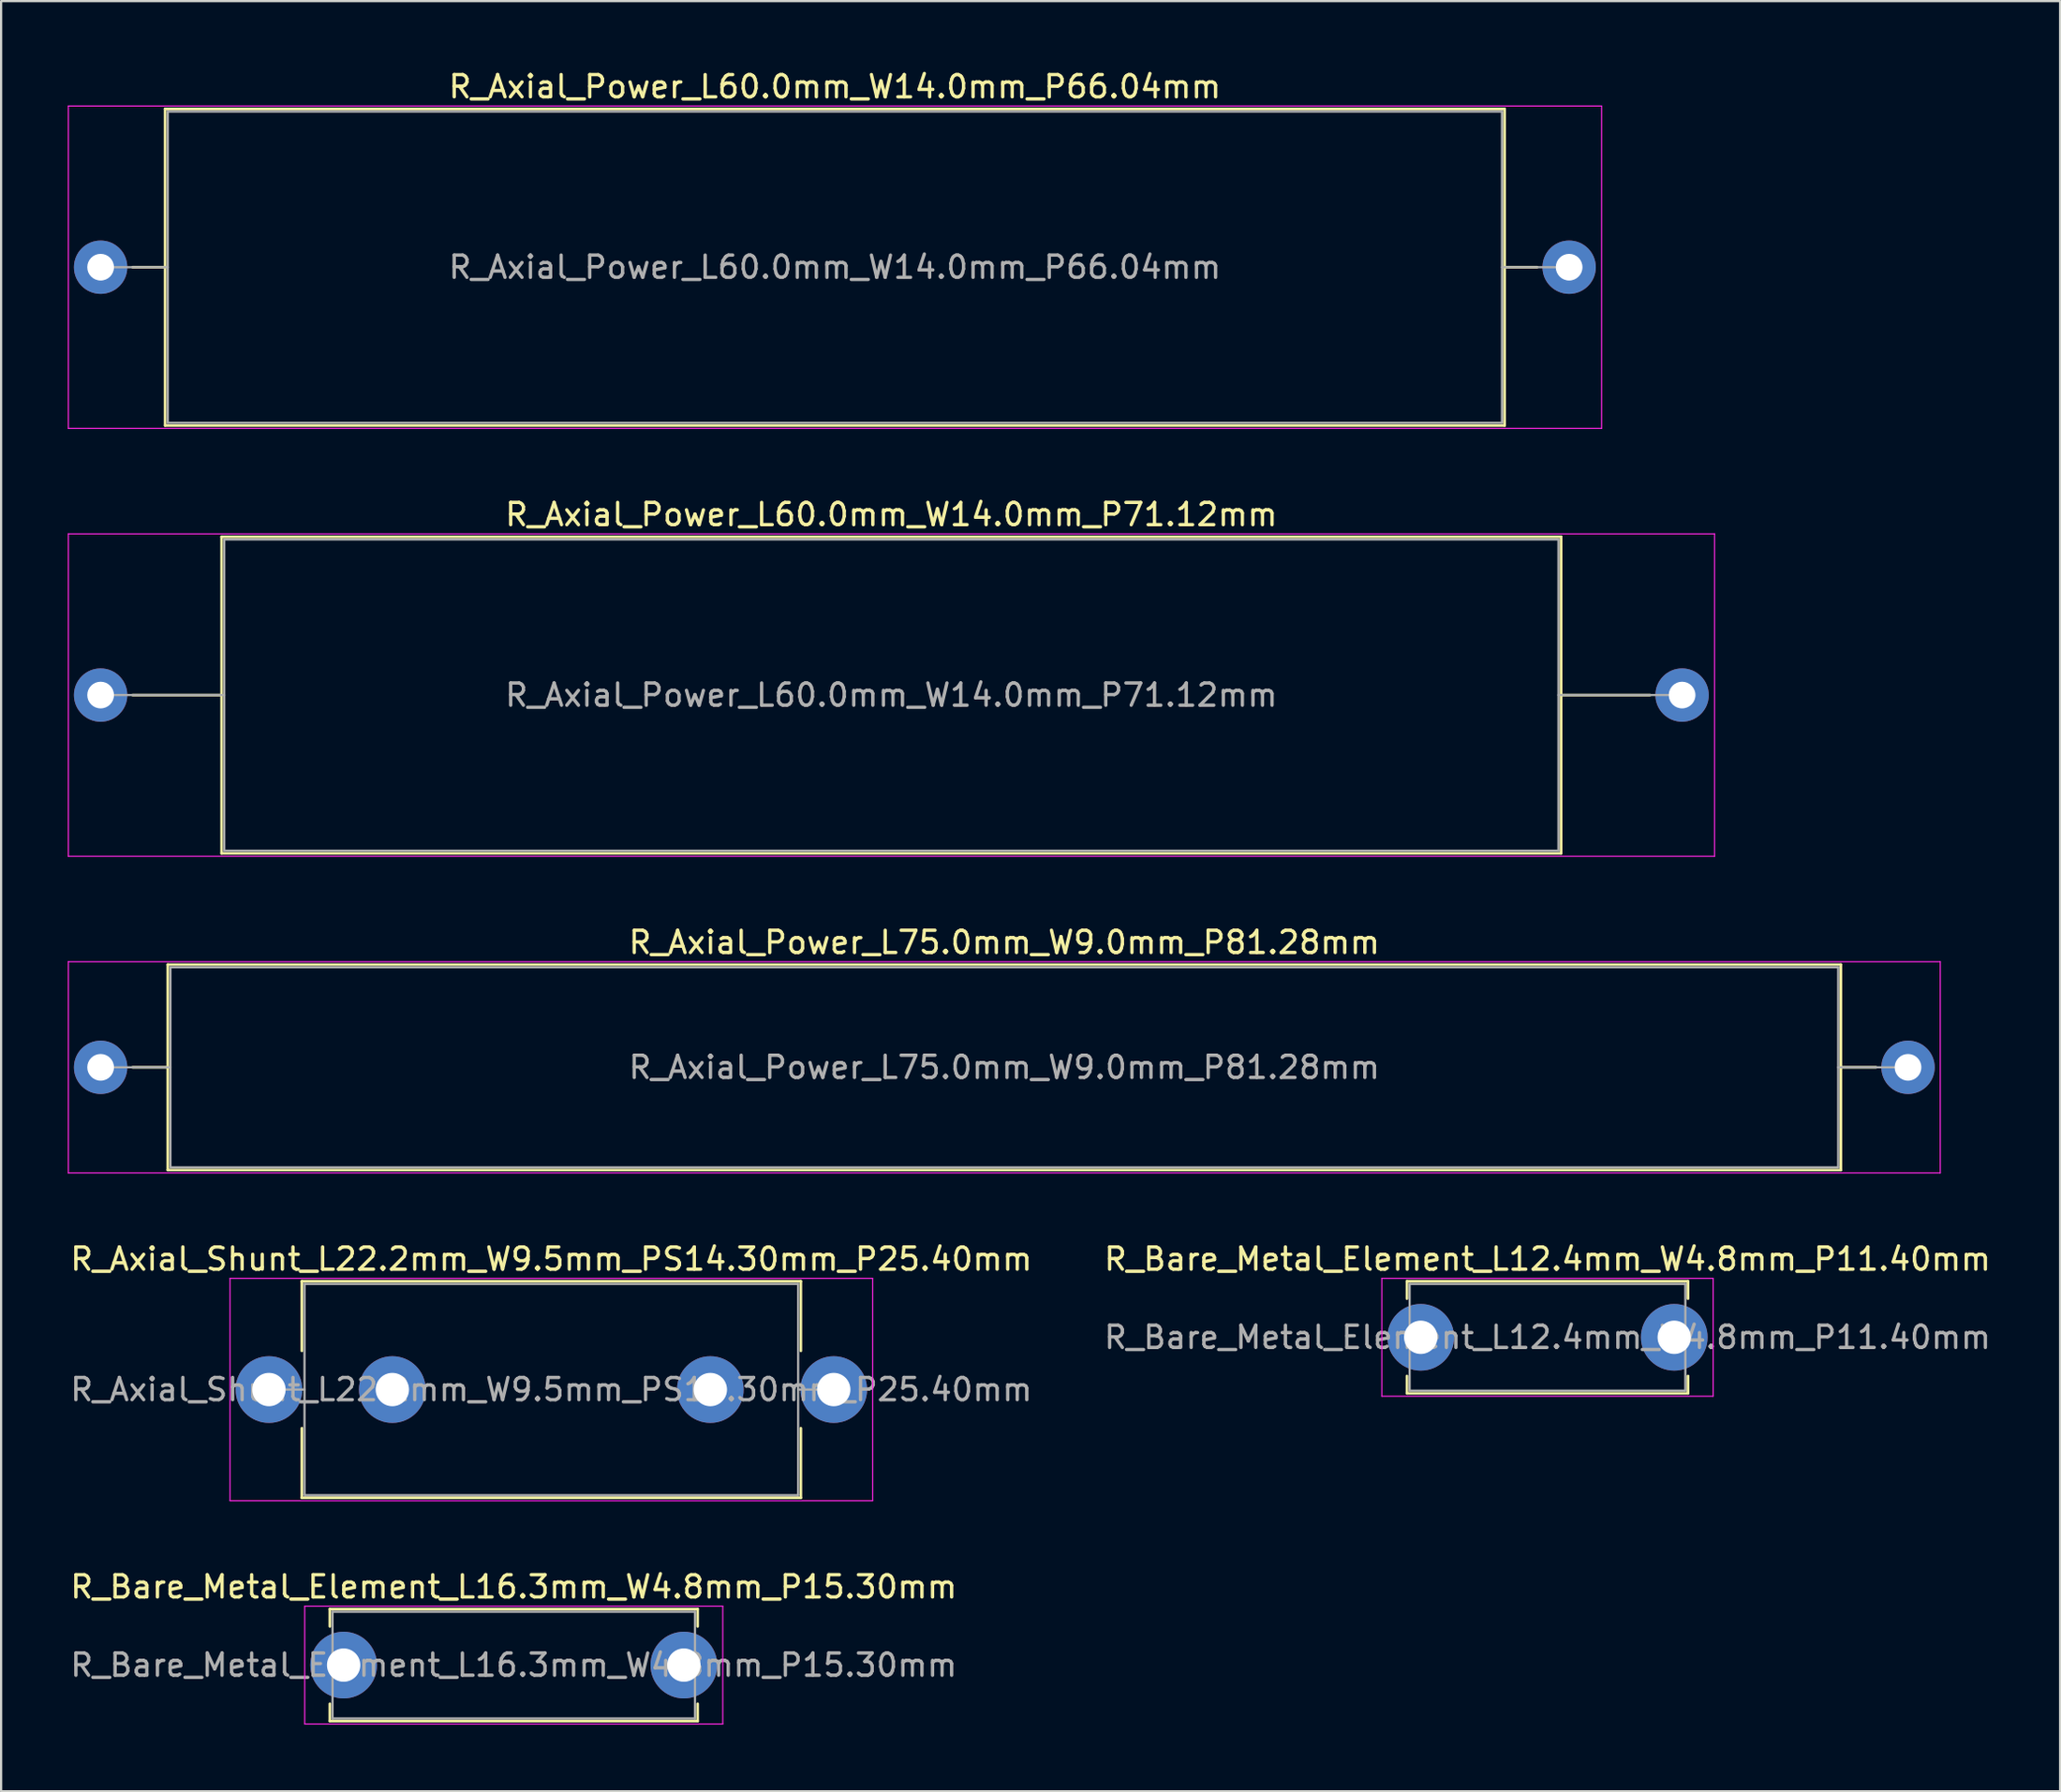
<source format=kicad_pcb>
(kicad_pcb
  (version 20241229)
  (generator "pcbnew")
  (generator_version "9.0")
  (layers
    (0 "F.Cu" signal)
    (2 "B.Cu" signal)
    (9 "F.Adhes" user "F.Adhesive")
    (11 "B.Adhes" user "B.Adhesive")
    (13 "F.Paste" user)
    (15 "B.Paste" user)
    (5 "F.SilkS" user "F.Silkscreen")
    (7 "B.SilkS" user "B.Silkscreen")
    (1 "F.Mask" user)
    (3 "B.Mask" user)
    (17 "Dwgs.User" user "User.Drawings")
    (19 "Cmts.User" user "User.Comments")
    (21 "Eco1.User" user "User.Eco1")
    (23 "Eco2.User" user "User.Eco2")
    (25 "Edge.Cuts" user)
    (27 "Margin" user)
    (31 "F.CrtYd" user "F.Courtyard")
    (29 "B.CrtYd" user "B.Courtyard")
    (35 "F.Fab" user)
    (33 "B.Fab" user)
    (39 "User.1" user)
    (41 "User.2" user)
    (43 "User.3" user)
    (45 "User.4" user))
  (footprint "R_Axial_Shunt_L22.2mm_W9.5mm_PS14.30mm_P25.40mm"
    (layer "F.Cu")
    (at 9.044 59.448)
    (property "Reference" "R_Axial_Shunt_L22.2mm_W9.5mm_PS14.30mm_P25.40mm" (at 12.7 -5.87 0) (layer "F.SilkS") (effects (font (size 1 1) (thickness 0.15))))
    (attr through_hole)
    (fp_line (start 1.48 -4.87) (end 23.92 -4.87) (stroke (width 0.12) (type solid)) (layer "F.SilkS"))
    (fp_line (start 1.48 -1.74) (end 1.48 -4.87) (stroke (width 0.12) (type solid)) (layer "F.SilkS"))
    (fp_line (start 1.48 1.74) (end 1.48 4.87) (stroke (width 0.12) (type solid)) (layer "F.SilkS"))
    (fp_line (start 1.48 4.87) (end 23.92 4.87) (stroke (width 0.12) (type solid)) (layer "F.SilkS"))
    (fp_line (start 23.92 -4.87) (end 23.92 -1.74) (stroke (width 0.12) (type solid)) (layer "F.SilkS"))
    (fp_line (start 23.92 4.87) (end 23.92 1.74) (stroke (width 0.12) (type solid)) (layer "F.SilkS"))
    (fp_line (start -1.75 -5) (end -1.75 5) (stroke (width 0.05) (type solid)) (layer "F.CrtYd"))
    (fp_line (start -1.75 5) (end 27.15 5) (stroke (width 0.05) (type solid)) (layer "F.CrtYd"))
    (fp_line (start 27.15 -5) (end -1.75 -5) (stroke (width 0.05) (type solid)) (layer "F.CrtYd"))
    (fp_line (start 27.15 5) (end 27.15 -5) (stroke (width 0.05) (type solid)) (layer "F.CrtYd"))
    (fp_line (start 0 0) (end 1.6 0) (stroke (width 0.1) (type solid)) (layer "F.Fab"))
    (fp_line (start 1.6 -4.75) (end 1.6 4.75) (stroke (width 0.1) (type solid)) (layer "F.Fab"))
    (fp_line (start 1.6 4.75) (end 23.8 4.75) (stroke (width 0.1) (type solid)) (layer "F.Fab"))
    (fp_line (start 23.8 -4.75) (end 1.6 -4.75) (stroke (width 0.1) (type solid)) (layer "F.Fab"))
    (fp_line (start 23.8 4.75) (end 23.8 -4.75) (stroke (width 0.1) (type solid)) (layer "F.Fab"))
    (fp_line (start 25.4 0) (end 23.8 0) (stroke (width 0.1) (type solid)) (layer "F.Fab"))
    (fp_text user "${REFERENCE}" (at 12.7 0 0) (layer "F.Fab") (effects (font (size 1 1) (thickness 0.15))))
    (pad "1" thru_hole circle (at 0 0) (size 3 3) (drill 1.5) (layers "*.Cu" "*.Mask"))
    (pad "2" thru_hole oval (at 5.55 0) (size 3 3) (drill 1.5) (layers "*.Cu" "*.Mask"))
    (pad "3" thru_hole oval (at 19.85 0) (size 3 3) (drill 1.5) (layers "*.Cu" "*.Mask"))
    (pad "4" thru_hole oval (at 25.4 0) (size 3 3) (drill 1.5) (layers "*.Cu" "*.Mask")))
  (footprint "R_Bare_Metal_Element_L12.4mm_W4.8mm_P11.40mm"
    (layer "F.Cu")
    (at 60.842 57.098)
    (property "Reference" "R_Bare_Metal_Element_L12.4mm_W4.8mm_P11.40mm" (at 5.7 -3.52 0) (layer "F.SilkS") (effects (font (size 1 1) (thickness 0.15))))
    (attr through_hole)
    (fp_line (start -0.62 -2.52) (end 12.02 -2.52) (stroke (width 0.12) (type solid)) (layer "F.SilkS"))
    (fp_line (start -0.62 -1.74) (end -0.62 -2.52) (stroke (width 0.12) (type solid)) (layer "F.SilkS"))
    (fp_line (start -0.62 1.74) (end -0.62 2.52) (stroke (width 0.12) (type solid)) (layer "F.SilkS"))
    (fp_line (start -0.62 2.52) (end 12.02 2.52) (stroke (width 0.12) (type solid)) (layer "F.SilkS"))
    (fp_line (start 12.02 -2.52) (end 12.02 -1.74) (stroke (width 0.12) (type solid)) (layer "F.SilkS"))
    (fp_line (start 12.02 2.52) (end 12.02 1.74) (stroke (width 0.12) (type solid)) (layer "F.SilkS"))
    (fp_line (start -1.75 -2.65) (end -1.75 2.65) (stroke (width 0.05) (type solid)) (layer "F.CrtYd"))
    (fp_line (start -1.75 2.65) (end 13.15 2.65) (stroke (width 0.05) (type solid)) (layer "F.CrtYd"))
    (fp_line (start 13.15 -2.65) (end -1.75 -2.65) (stroke (width 0.05) (type solid)) (layer "F.CrtYd"))
    (fp_line (start 13.15 2.65) (end 13.15 -2.65) (stroke (width 0.05) (type solid)) (layer "F.CrtYd"))
    (fp_line (start -0.5 -2.4) (end -0.5 2.4) (stroke (width 0.1) (type solid)) (layer "F.Fab"))
    (fp_line (start -0.5 2.4) (end 11.9 2.4) (stroke (width 0.1) (type solid)) (layer "F.Fab"))
    (fp_line (start 11.9 -2.4) (end -0.5 -2.4) (stroke (width 0.1) (type solid)) (layer "F.Fab"))
    (fp_line (start 11.9 2.4) (end 11.9 -2.4) (stroke (width 0.1) (type solid)) (layer "F.Fab"))
    (fp_text user "${REFERENCE}" (at 5.7 0 0) (layer "F.Fab") (effects (font (size 1 1) (thickness 0.15))))
    (pad "1" thru_hole circle (at 0 0) (size 3 3) (drill 1.5) (layers "*.Cu" "*.Mask"))
    (pad "2" thru_hole oval (at 11.4 0) (size 3 3) (drill 1.5) (layers "*.Cu" "*.Mask")))
  (footprint "R_Axial_Power_L60.0mm_W14.0mm_P66.04mm"
    (layer "F.Cu")
    (at 1.475 8.968)
    (property "Reference" "R_Axial_Power_L60.0mm_W14.0mm_P66.04mm" (at 33.02 -8.12 0) (layer "F.SilkS") (effects (font (size 1 1) (thickness 0.15))))
    (attr through_hole)
    (fp_line (start 1.44 0) (end 2.9 0) (stroke (width 0.12) (type solid)) (layer "F.SilkS"))
    (fp_line (start 2.9 -7.12) (end 2.9 7.12) (stroke (width 0.12) (type solid)) (layer "F.SilkS"))
    (fp_line (start 2.9 7.12) (end 63.14 7.12) (stroke (width 0.12) (type solid)) (layer "F.SilkS"))
    (fp_line (start 63.14 -7.12) (end 2.9 -7.12) (stroke (width 0.12) (type solid)) (layer "F.SilkS"))
    (fp_line (start 63.14 7.12) (end 63.14 -7.12) (stroke (width 0.12) (type solid)) (layer "F.SilkS"))
    (fp_line (start 64.6 0) (end 63.14 0) (stroke (width 0.12) (type solid)) (layer "F.SilkS"))
    (fp_line (start -1.45 -7.25) (end -1.45 7.25) (stroke (width 0.05) (type solid)) (layer "F.CrtYd"))
    (fp_line (start -1.45 7.25) (end 67.5 7.25) (stroke (width 0.05) (type solid)) (layer "F.CrtYd"))
    (fp_line (start 67.5 -7.25) (end -1.45 -7.25) (stroke (width 0.05) (type solid)) (layer "F.CrtYd"))
    (fp_line (start 67.5 7.25) (end 67.5 -7.25) (stroke (width 0.05) (type solid)) (layer "F.CrtYd"))
    (fp_line (start 0 0) (end 3.02 0) (stroke (width 0.1) (type solid)) (layer "F.Fab"))
    (fp_line (start 3.02 -7) (end 3.02 7) (stroke (width 0.1) (type solid)) (layer "F.Fab"))
    (fp_line (start 3.02 7) (end 63.02 7) (stroke (width 0.1) (type solid)) (layer "F.Fab"))
    (fp_line (start 63.02 -7) (end 3.02 -7) (stroke (width 0.1) (type solid)) (layer "F.Fab"))
    (fp_line (start 63.02 7) (end 63.02 -7) (stroke (width 0.1) (type solid)) (layer "F.Fab"))
    (fp_line (start 66.04 0) (end 63.02 0) (stroke (width 0.1) (type solid)) (layer "F.Fab"))
    (fp_text user "${REFERENCE}" (at 33.02 0 0) (layer "F.Fab") (effects (font (size 1 1) (thickness 0.15))))
    (pad "1" thru_hole circle (at 0 0) (size 2.4 2.4) (drill 1.2) (layers "*.Cu" "*.Mask"))
    (pad "2" thru_hole oval (at 66.04 0) (size 2.4 2.4) (drill 1.2) (layers "*.Cu" "*.Mask")))
  (footprint "R_Bare_Metal_Element_L16.3mm_W4.8mm_P15.30mm"
    (layer "F.Cu")
    (at 12.404 71.841)
    (property "Reference" "R_Bare_Metal_Element_L16.3mm_W4.8mm_P15.30mm" (at 7.65 -3.52 0) (layer "F.SilkS") (effects (font (size 1 1) (thickness 0.15))))
    (attr through_hole)
    (fp_line (start -0.62 -2.52) (end 15.92 -2.52) (stroke (width 0.12) (type solid)) (layer "F.SilkS"))
    (fp_line (start -0.62 -1.74) (end -0.62 -2.52) (stroke (width 0.12) (type solid)) (layer "F.SilkS"))
    (fp_line (start -0.62 1.74) (end -0.62 2.52) (stroke (width 0.12) (type solid)) (layer "F.SilkS"))
    (fp_line (start -0.62 2.52) (end 15.92 2.52) (stroke (width 0.12) (type solid)) (layer "F.SilkS"))
    (fp_line (start 15.92 -2.52) (end 15.92 -1.74) (stroke (width 0.12) (type solid)) (layer "F.SilkS"))
    (fp_line (start 15.92 2.52) (end 15.92 1.74) (stroke (width 0.12) (type solid)) (layer "F.SilkS"))
    (fp_line (start -1.75 -2.65) (end -1.75 2.65) (stroke (width 0.05) (type solid)) (layer "F.CrtYd"))
    (fp_line (start -1.75 2.65) (end 17.05 2.65) (stroke (width 0.05) (type solid)) (layer "F.CrtYd"))
    (fp_line (start 17.05 -2.65) (end -1.75 -2.65) (stroke (width 0.05) (type solid)) (layer "F.CrtYd"))
    (fp_line (start 17.05 2.65) (end 17.05 -2.65) (stroke (width 0.05) (type solid)) (layer "F.CrtYd"))
    (fp_line (start -0.5 -2.4) (end -0.5 2.4) (stroke (width 0.1) (type solid)) (layer "F.Fab"))
    (fp_line (start -0.5 2.4) (end 15.8 2.4) (stroke (width 0.1) (type solid)) (layer "F.Fab"))
    (fp_line (start 15.8 -2.4) (end -0.5 -2.4) (stroke (width 0.1) (type solid)) (layer "F.Fab"))
    (fp_line (start 15.8 2.4) (end 15.8 -2.4) (stroke (width 0.1) (type solid)) (layer "F.Fab"))
    (fp_text user "${REFERENCE}" (at 7.65 0 0) (layer "F.Fab") (effects (font (size 1 1) (thickness 0.15))))
    (pad "1" thru_hole circle (at 0 0) (size 3 3) (drill 1.5) (layers "*.Cu" "*.Mask"))
    (pad "2" thru_hole oval (at 15.3 0) (size 3 3) (drill 1.5) (layers "*.Cu" "*.Mask")))
  (footprint "R_Axial_Power_L60.0mm_W14.0mm_P71.12mm"
    (layer "F.Cu")
    (at 1.475 28.212)
    (property "Reference" "R_Axial_Power_L60.0mm_W14.0mm_P71.12mm" (at 35.56 -8.12 0) (layer "F.SilkS") (effects (font (size 1 1) (thickness 0.15))))
    (attr through_hole)
    (fp_line (start 1.44 0) (end 5.44 0) (stroke (width 0.12) (type solid)) (layer "F.SilkS"))
    (fp_line (start 5.44 -7.12) (end 5.44 7.12) (stroke (width 0.12) (type solid)) (layer "F.SilkS"))
    (fp_line (start 5.44 7.12) (end 65.68 7.12) (stroke (width 0.12) (type solid)) (layer "F.SilkS"))
    (fp_line (start 65.68 -7.12) (end 5.44 -7.12) (stroke (width 0.12) (type solid)) (layer "F.SilkS"))
    (fp_line (start 65.68 7.12) (end 65.68 -7.12) (stroke (width 0.12) (type solid)) (layer "F.SilkS"))
    (fp_line (start 69.68 0) (end 65.68 0) (stroke (width 0.12) (type solid)) (layer "F.SilkS"))
    (fp_line (start -1.45 -7.25) (end -1.45 7.25) (stroke (width 0.05) (type solid)) (layer "F.CrtYd"))
    (fp_line (start -1.45 7.25) (end 72.58 7.25) (stroke (width 0.05) (type solid)) (layer "F.CrtYd"))
    (fp_line (start 72.58 -7.25) (end -1.45 -7.25) (stroke (width 0.05) (type solid)) (layer "F.CrtYd"))
    (fp_line (start 72.58 7.25) (end 72.58 -7.25) (stroke (width 0.05) (type solid)) (layer "F.CrtYd"))
    (fp_line (start 0 0) (end 5.56 0) (stroke (width 0.1) (type solid)) (layer "F.Fab"))
    (fp_line (start 5.56 -7) (end 5.56 7) (stroke (width 0.1) (type solid)) (layer "F.Fab"))
    (fp_line (start 5.56 7) (end 65.56 7) (stroke (width 0.1) (type solid)) (layer "F.Fab"))
    (fp_line (start 65.56 -7) (end 5.56 -7) (stroke (width 0.1) (type solid)) (layer "F.Fab"))
    (fp_line (start 65.56 7) (end 65.56 -7) (stroke (width 0.1) (type solid)) (layer "F.Fab"))
    (fp_line (start 71.12 0) (end 65.56 0) (stroke (width 0.1) (type solid)) (layer "F.Fab"))
    (fp_text user "${REFERENCE}" (at 35.56 0 0) (layer "F.Fab") (effects (font (size 1 1) (thickness 0.15))))
    (pad "1" thru_hole circle (at 0 0) (size 2.4 2.4) (drill 1.2) (layers "*.Cu" "*.Mask"))
    (pad "2" thru_hole oval (at 71.12 0) (size 2.4 2.4) (drill 1.2) (layers "*.Cu" "*.Mask")))
  (footprint "R_Axial_Power_L75.0mm_W9.0mm_P81.28mm"
    (layer "F.Cu")
    (at 1.475 44.955)
    (property "Reference" "R_Axial_Power_L75.0mm_W9.0mm_P81.28mm" (at 40.64 -5.62 0) (layer "F.SilkS") (effects (font (size 1 1) (thickness 0.15))))
    (attr through_hole)
    (fp_line (start 1.44 0) (end 3.02 0) (stroke (width 0.12) (type solid)) (layer "F.SilkS"))
    (fp_line (start 3.02 -4.62) (end 3.02 4.62) (stroke (width 0.12) (type solid)) (layer "F.SilkS"))
    (fp_line (start 3.02 4.62) (end 78.26 4.62) (stroke (width 0.12) (type solid)) (layer "F.SilkS"))
    (fp_line (start 78.26 -4.62) (end 3.02 -4.62) (stroke (width 0.12) (type solid)) (layer "F.SilkS"))
    (fp_line (start 78.26 4.62) (end 78.26 -4.62) (stroke (width 0.12) (type solid)) (layer "F.SilkS"))
    (fp_line (start 79.84 0) (end 78.26 0) (stroke (width 0.12) (type solid)) (layer "F.SilkS"))
    (fp_line (start -1.45 -4.75) (end -1.45 4.75) (stroke (width 0.05) (type solid)) (layer "F.CrtYd"))
    (fp_line (start -1.45 4.75) (end 82.73 4.75) (stroke (width 0.05) (type solid)) (layer "F.CrtYd"))
    (fp_line (start 82.73 -4.75) (end -1.45 -4.75) (stroke (width 0.05) (type solid)) (layer "F.CrtYd"))
    (fp_line (start 82.73 4.75) (end 82.73 -4.75) (stroke (width 0.05) (type solid)) (layer "F.CrtYd"))
    (fp_line (start 0 0) (end 3.14 0) (stroke (width 0.1) (type solid)) (layer "F.Fab"))
    (fp_line (start 3.14 -4.5) (end 3.14 4.5) (stroke (width 0.1) (type solid)) (layer "F.Fab"))
    (fp_line (start 3.14 4.5) (end 78.14 4.5) (stroke (width 0.1) (type solid)) (layer "F.Fab"))
    (fp_line (start 78.14 -4.5) (end 3.14 -4.5) (stroke (width 0.1) (type solid)) (layer "F.Fab"))
    (fp_line (start 78.14 4.5) (end 78.14 -4.5) (stroke (width 0.1) (type solid)) (layer "F.Fab"))
    (fp_line (start 81.28 0) (end 78.14 0) (stroke (width 0.1) (type solid)) (layer "F.Fab"))
    (fp_text user "${REFERENCE}" (at 40.64 0 0) (layer "F.Fab") (effects (font (size 1 1) (thickness 0.15))))
    (pad "1" thru_hole circle (at 0 0) (size 2.4 2.4) (drill 1.2) (layers "*.Cu" "*.Mask"))
    (pad "2" thru_hole oval (at 81.28 0) (size 2.4 2.4) (drill 1.2) (layers "*.Cu" "*.Mask")))
  (gr_rect
    (start -3 -3)
    (end 89.595 77.516)
    (stroke (width 0.1) (type default))
    (fill no)
    (layer "Edge.Cuts")))
</source>
